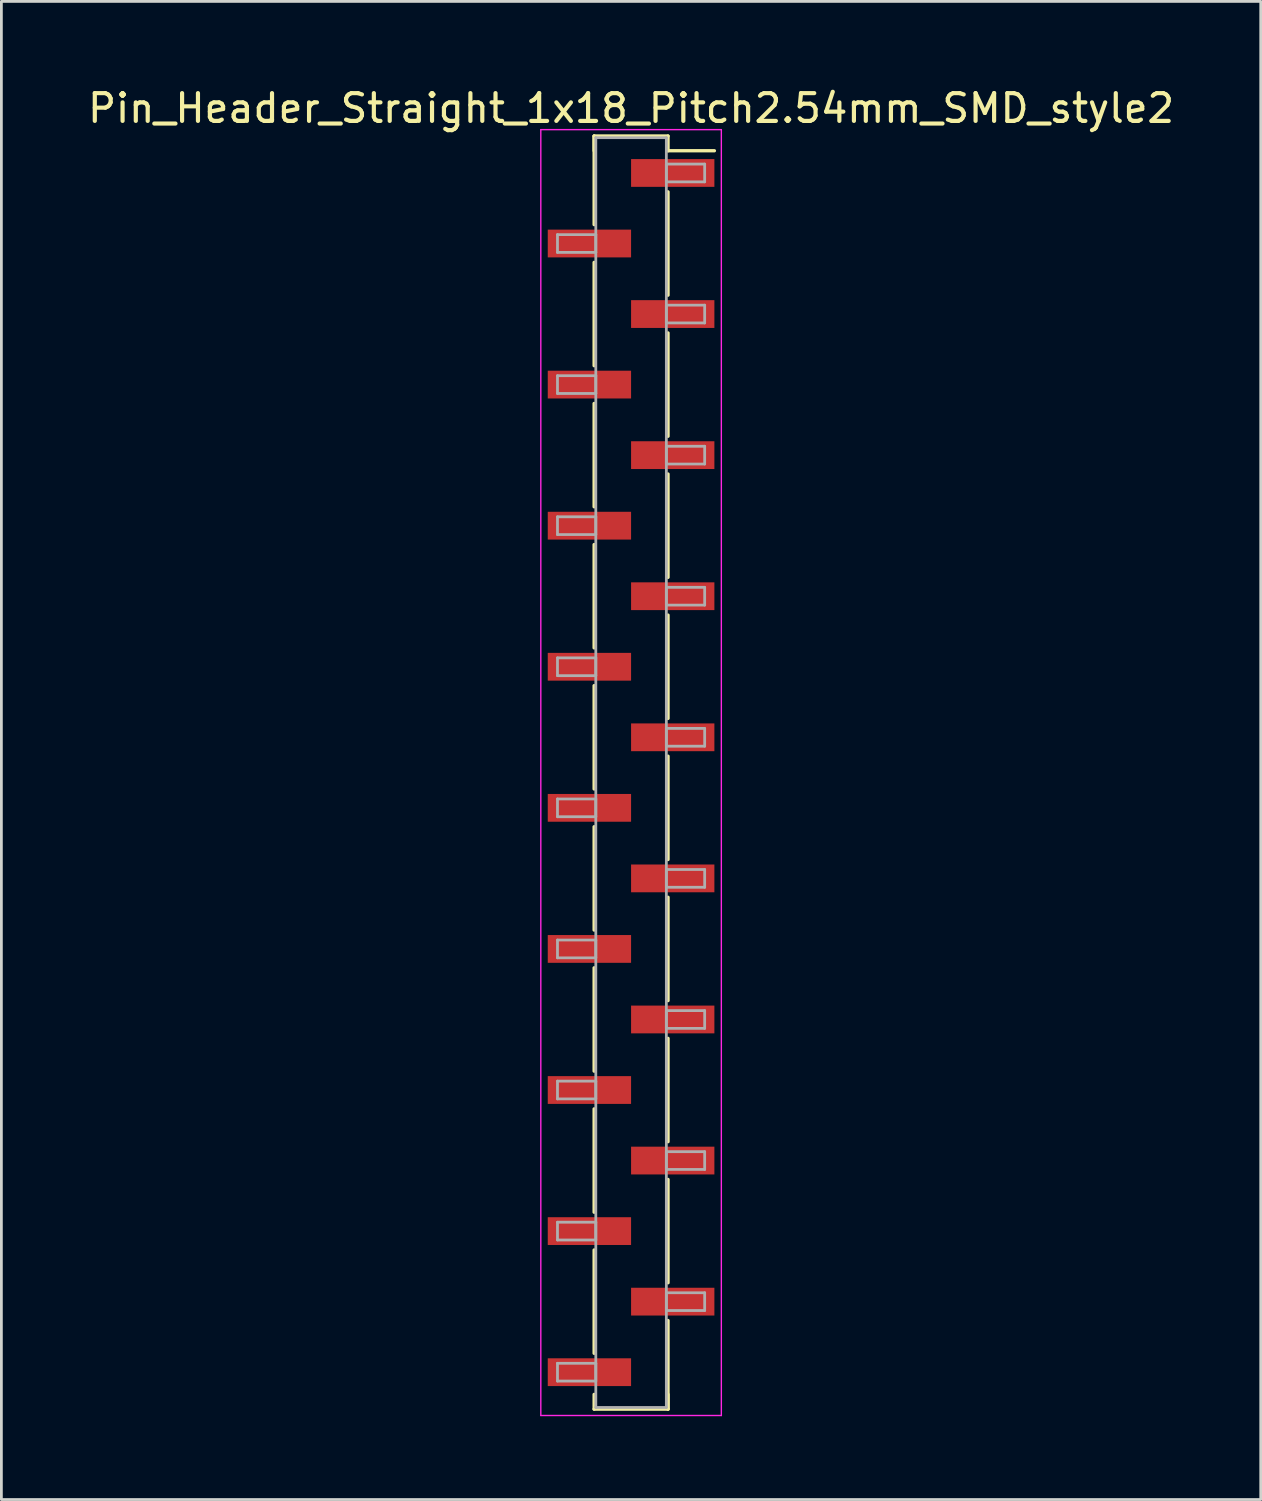
<source format=kicad_pcb>
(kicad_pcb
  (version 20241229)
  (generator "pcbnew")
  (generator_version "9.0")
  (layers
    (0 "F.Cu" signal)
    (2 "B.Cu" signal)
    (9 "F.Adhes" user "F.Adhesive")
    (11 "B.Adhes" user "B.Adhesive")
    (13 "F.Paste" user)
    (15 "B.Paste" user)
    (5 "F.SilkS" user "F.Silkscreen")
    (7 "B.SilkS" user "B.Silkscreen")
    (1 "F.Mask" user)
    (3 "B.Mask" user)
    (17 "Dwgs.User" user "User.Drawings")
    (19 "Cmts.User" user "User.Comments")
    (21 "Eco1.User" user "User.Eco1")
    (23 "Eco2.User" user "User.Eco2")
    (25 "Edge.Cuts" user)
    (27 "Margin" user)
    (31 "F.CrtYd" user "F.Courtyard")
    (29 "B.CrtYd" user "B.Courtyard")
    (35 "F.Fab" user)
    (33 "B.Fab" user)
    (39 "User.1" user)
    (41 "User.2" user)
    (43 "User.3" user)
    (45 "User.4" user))
  (footprint "Pin_Header_Straight_1x18_Pitch2.54mm_SMD_style2"
    (layer "F.Cu")
    (at 19.673 24.768)
    (property "Reference" "Pin_Header_Straight_1x18_Pitch2.54mm_SMD_style2" (at 0 -23.92 0) (layer "F.SilkS") (effects (font (size 1 1) (thickness 0.15))))
    (attr smd)
    (fp_line (start -1.33 -22.92) (end -1.33 -19.73) (stroke (width 0.12) (type solid)) (layer "F.SilkS"))
    (fp_line (start -1.33 -22.92) (end 1.33 -22.92) (stroke (width 0.12) (type solid)) (layer "F.SilkS"))
    (fp_line (start -1.33 -22.39) (end -1.33 -22.92) (stroke (width 0.12) (type solid)) (layer "F.SilkS"))
    (fp_line (start -1.33 -18.37) (end -1.33 -14.65) (stroke (width 0.12) (type solid)) (layer "F.SilkS"))
    (fp_line (start -1.33 -13.29) (end -1.33 -9.57) (stroke (width 0.12) (type solid)) (layer "F.SilkS"))
    (fp_line (start -1.33 -8.21) (end -1.33 -4.49) (stroke (width 0.12) (type solid)) (layer "F.SilkS"))
    (fp_line (start -1.33 -3.13) (end -1.33 0.59) (stroke (width 0.12) (type solid)) (layer "F.SilkS"))
    (fp_line (start -1.33 1.95) (end -1.33 5.67) (stroke (width 0.12) (type solid)) (layer "F.SilkS"))
    (fp_line (start -1.33 7.03) (end -1.33 10.75) (stroke (width 0.12) (type solid)) (layer "F.SilkS"))
    (fp_line (start -1.33 12.11) (end -1.33 15.83) (stroke (width 0.12) (type solid)) (layer "F.SilkS"))
    (fp_line (start -1.33 17.19) (end -1.33 20.91) (stroke (width 0.12) (type solid)) (layer "F.SilkS"))
    (fp_line (start -1.33 22.39) (end -1.33 22.92) (stroke (width 0.12) (type solid)) (layer "F.SilkS"))
    (fp_line (start -1.33 22.92) (end 1.33 22.92) (stroke (width 0.12) (type solid)) (layer "F.SilkS"))
    (fp_line (start 1.33 -22.92) (end 1.33 -22.39) (stroke (width 0.12) (type solid)) (layer "F.SilkS"))
    (fp_line (start 1.33 -22.39) (end 3 -22.39) (stroke (width 0.12) (type solid)) (layer "F.SilkS"))
    (fp_line (start 1.33 -20.91) (end 1.33 -17.19) (stroke (width 0.12) (type solid)) (layer "F.SilkS"))
    (fp_line (start 1.33 -15.83) (end 1.33 -12.11) (stroke (width 0.12) (type solid)) (layer "F.SilkS"))
    (fp_line (start 1.33 -10.75) (end 1.33 -7.03) (stroke (width 0.12) (type solid)) (layer "F.SilkS"))
    (fp_line (start 1.33 -5.67) (end 1.33 -1.95) (stroke (width 0.12) (type solid)) (layer "F.SilkS"))
    (fp_line (start 1.33 -0.59) (end 1.33 3.13) (stroke (width 0.12) (type solid)) (layer "F.SilkS"))
    (fp_line (start 1.33 4.49) (end 1.33 8.21) (stroke (width 0.12) (type solid)) (layer "F.SilkS"))
    (fp_line (start 1.33 9.57) (end 1.33 13.29) (stroke (width 0.12) (type solid)) (layer "F.SilkS"))
    (fp_line (start 1.33 14.65) (end 1.33 18.37) (stroke (width 0.12) (type solid)) (layer "F.SilkS"))
    (fp_line (start 1.33 19.73) (end 1.33 22.92) (stroke (width 0.12) (type solid)) (layer "F.SilkS"))
    (fp_line (start 1.33 22.92) (end 1.33 22.39) (stroke (width 0.12) (type solid)) (layer "F.SilkS"))
    (fp_line (start -3.25 -23.15) (end -3.25 23.15) (stroke (width 0.05) (type solid)) (layer "F.CrtYd"))
    (fp_line (start -3.25 23.15) (end 3.25 23.15) (stroke (width 0.05) (type solid)) (layer "F.CrtYd"))
    (fp_line (start 3.25 -23.15) (end -3.25 -23.15) (stroke (width 0.05) (type solid)) (layer "F.CrtYd"))
    (fp_line (start 3.25 23.15) (end 3.25 -23.15) (stroke (width 0.05) (type solid)) (layer "F.CrtYd"))
    (fp_line (start -2.65 -19.37) (end -1.27 -19.37) (stroke (width 0.1) (type solid)) (layer "F.Fab"))
    (fp_line (start -2.65 -18.73) (end -2.65 -19.37) (stroke (width 0.1) (type solid)) (layer "F.Fab"))
    (fp_line (start -2.65 -14.29) (end -1.27 -14.29) (stroke (width 0.1) (type solid)) (layer "F.Fab"))
    (fp_line (start -2.65 -13.65) (end -2.65 -14.29) (stroke (width 0.1) (type solid)) (layer "F.Fab"))
    (fp_line (start -2.65 -9.21) (end -1.27 -9.21) (stroke (width 0.1) (type solid)) (layer "F.Fab"))
    (fp_line (start -2.65 -8.57) (end -2.65 -9.21) (stroke (width 0.1) (type solid)) (layer "F.Fab"))
    (fp_line (start -2.65 -4.13) (end -1.27 -4.13) (stroke (width 0.1) (type solid)) (layer "F.Fab"))
    (fp_line (start -2.65 -3.49) (end -2.65 -4.13) (stroke (width 0.1) (type solid)) (layer "F.Fab"))
    (fp_line (start -2.65 0.95) (end -1.27 0.95) (stroke (width 0.1) (type solid)) (layer "F.Fab"))
    (fp_line (start -2.65 1.59) (end -2.65 0.95) (stroke (width 0.1) (type solid)) (layer "F.Fab"))
    (fp_line (start -2.65 6.03) (end -1.27 6.03) (stroke (width 0.1) (type solid)) (layer "F.Fab"))
    (fp_line (start -2.65 6.67) (end -2.65 6.03) (stroke (width 0.1) (type solid)) (layer "F.Fab"))
    (fp_line (start -2.65 11.11) (end -1.27 11.11) (stroke (width 0.1) (type solid)) (layer "F.Fab"))
    (fp_line (start -2.65 11.75) (end -2.65 11.11) (stroke (width 0.1) (type solid)) (layer "F.Fab"))
    (fp_line (start -2.65 16.19) (end -1.27 16.19) (stroke (width 0.1) (type solid)) (layer "F.Fab"))
    (fp_line (start -2.65 16.83) (end -2.65 16.19) (stroke (width 0.1) (type solid)) (layer "F.Fab"))
    (fp_line (start -2.65 21.27) (end -1.27 21.27) (stroke (width 0.1) (type solid)) (layer "F.Fab"))
    (fp_line (start -2.65 21.91) (end -2.65 21.27) (stroke (width 0.1) (type solid)) (layer "F.Fab"))
    (fp_line (start -1.27 -22.86) (end -1.27 22.86) (stroke (width 0.1) (type solid)) (layer "F.Fab"))
    (fp_line (start -1.27 -19.37) (end -1.27 -18.73) (stroke (width 0.1) (type solid)) (layer "F.Fab"))
    (fp_line (start -1.27 -18.73) (end -2.65 -18.73) (stroke (width 0.1) (type solid)) (layer "F.Fab"))
    (fp_line (start -1.27 -14.29) (end -1.27 -13.65) (stroke (width 0.1) (type solid)) (layer "F.Fab"))
    (fp_line (start -1.27 -13.65) (end -2.65 -13.65) (stroke (width 0.1) (type solid)) (layer "F.Fab"))
    (fp_line (start -1.27 -9.21) (end -1.27 -8.57) (stroke (width 0.1) (type solid)) (layer "F.Fab"))
    (fp_line (start -1.27 -8.57) (end -2.65 -8.57) (stroke (width 0.1) (type solid)) (layer "F.Fab"))
    (fp_line (start -1.27 -4.13) (end -1.27 -3.49) (stroke (width 0.1) (type solid)) (layer "F.Fab"))
    (fp_line (start -1.27 -3.49) (end -2.65 -3.49) (stroke (width 0.1) (type solid)) (layer "F.Fab"))
    (fp_line (start -1.27 0.95) (end -1.27 1.59) (stroke (width 0.1) (type solid)) (layer "F.Fab"))
    (fp_line (start -1.27 1.59) (end -2.65 1.59) (stroke (width 0.1) (type solid)) (layer "F.Fab"))
    (fp_line (start -1.27 6.03) (end -1.27 6.67) (stroke (width 0.1) (type solid)) (layer "F.Fab"))
    (fp_line (start -1.27 6.67) (end -2.65 6.67) (stroke (width 0.1) (type solid)) (layer "F.Fab"))
    (fp_line (start -1.27 11.11) (end -1.27 11.75) (stroke (width 0.1) (type solid)) (layer "F.Fab"))
    (fp_line (start -1.27 11.75) (end -2.65 11.75) (stroke (width 0.1) (type solid)) (layer "F.Fab"))
    (fp_line (start -1.27 16.19) (end -1.27 16.83) (stroke (width 0.1) (type solid)) (layer "F.Fab"))
    (fp_line (start -1.27 16.83) (end -2.65 16.83) (stroke (width 0.1) (type solid)) (layer "F.Fab"))
    (fp_line (start -1.27 21.27) (end -1.27 21.91) (stroke (width 0.1) (type solid)) (layer "F.Fab"))
    (fp_line (start -1.27 21.91) (end -2.65 21.91) (stroke (width 0.1) (type solid)) (layer "F.Fab"))
    (fp_line (start -1.27 22.86) (end 1.27 22.86) (stroke (width 0.1) (type solid)) (layer "F.Fab"))
    (fp_line (start 1.27 -22.86) (end -1.27 -22.86) (stroke (width 0.1) (type solid)) (layer "F.Fab"))
    (fp_line (start 1.27 -21.91) (end 1.27 -21.27) (stroke (width 0.1) (type solid)) (layer "F.Fab"))
    (fp_line (start 1.27 -21.27) (end 2.65 -21.27) (stroke (width 0.1) (type solid)) (layer "F.Fab"))
    (fp_line (start 1.27 -16.83) (end 1.27 -16.19) (stroke (width 0.1) (type solid)) (layer "F.Fab"))
    (fp_line (start 1.27 -16.19) (end 2.65 -16.19) (stroke (width 0.1) (type solid)) (layer "F.Fab"))
    (fp_line (start 1.27 -11.75) (end 1.27 -11.11) (stroke (width 0.1) (type solid)) (layer "F.Fab"))
    (fp_line (start 1.27 -11.11) (end 2.65 -11.11) (stroke (width 0.1) (type solid)) (layer "F.Fab"))
    (fp_line (start 1.27 -6.67) (end 1.27 -6.03) (stroke (width 0.1) (type solid)) (layer "F.Fab"))
    (fp_line (start 1.27 -6.03) (end 2.65 -6.03) (stroke (width 0.1) (type solid)) (layer "F.Fab"))
    (fp_line (start 1.27 -1.59) (end 1.27 -0.95) (stroke (width 0.1) (type solid)) (layer "F.Fab"))
    (fp_line (start 1.27 -0.95) (end 2.65 -0.95) (stroke (width 0.1) (type solid)) (layer "F.Fab"))
    (fp_line (start 1.27 3.49) (end 1.27 4.13) (stroke (width 0.1) (type solid)) (layer "F.Fab"))
    (fp_line (start 1.27 4.13) (end 2.65 4.13) (stroke (width 0.1) (type solid)) (layer "F.Fab"))
    (fp_line (start 1.27 8.57) (end 1.27 9.21) (stroke (width 0.1) (type solid)) (layer "F.Fab"))
    (fp_line (start 1.27 9.21) (end 2.65 9.21) (stroke (width 0.1) (type solid)) (layer "F.Fab"))
    (fp_line (start 1.27 13.65) (end 1.27 14.29) (stroke (width 0.1) (type solid)) (layer "F.Fab"))
    (fp_line (start 1.27 14.29) (end 2.65 14.29) (stroke (width 0.1) (type solid)) (layer "F.Fab"))
    (fp_line (start 1.27 18.73) (end 1.27 19.37) (stroke (width 0.1) (type solid)) (layer "F.Fab"))
    (fp_line (start 1.27 19.37) (end 2.65 19.37) (stroke (width 0.1) (type solid)) (layer "F.Fab"))
    (fp_line (start 1.27 22.86) (end 1.27 -22.86) (stroke (width 0.1) (type solid)) (layer "F.Fab"))
    (fp_line (start 2.65 -21.91) (end 1.27 -21.91) (stroke (width 0.1) (type solid)) (layer "F.Fab"))
    (fp_line (start 2.65 -21.27) (end 2.65 -21.91) (stroke (width 0.1) (type solid)) (layer "F.Fab"))
    (fp_line (start 2.65 -16.83) (end 1.27 -16.83) (stroke (width 0.1) (type solid)) (layer "F.Fab"))
    (fp_line (start 2.65 -16.19) (end 2.65 -16.83) (stroke (width 0.1) (type solid)) (layer "F.Fab"))
    (fp_line (start 2.65 -11.75) (end 1.27 -11.75) (stroke (width 0.1) (type solid)) (layer "F.Fab"))
    (fp_line (start 2.65 -11.11) (end 2.65 -11.75) (stroke (width 0.1) (type solid)) (layer "F.Fab"))
    (fp_line (start 2.65 -6.67) (end 1.27 -6.67) (stroke (width 0.1) (type solid)) (layer "F.Fab"))
    (fp_line (start 2.65 -6.03) (end 2.65 -6.67) (stroke (width 0.1) (type solid)) (layer "F.Fab"))
    (fp_line (start 2.65 -1.59) (end 1.27 -1.59) (stroke (width 0.1) (type solid)) (layer "F.Fab"))
    (fp_line (start 2.65 -0.95) (end 2.65 -1.59) (stroke (width 0.1) (type solid)) (layer "F.Fab"))
    (fp_line (start 2.65 3.49) (end 1.27 3.49) (stroke (width 0.1) (type solid)) (layer "F.Fab"))
    (fp_line (start 2.65 4.13) (end 2.65 3.49) (stroke (width 0.1) (type solid)) (layer "F.Fab"))
    (fp_line (start 2.65 8.57) (end 1.27 8.57) (stroke (width 0.1) (type solid)) (layer "F.Fab"))
    (fp_line (start 2.65 9.21) (end 2.65 8.57) (stroke (width 0.1) (type solid)) (layer "F.Fab"))
    (fp_line (start 2.65 13.65) (end 1.27 13.65) (stroke (width 0.1) (type solid)) (layer "F.Fab"))
    (fp_line (start 2.65 14.29) (end 2.65 13.65) (stroke (width 0.1) (type solid)) (layer "F.Fab"))
    (fp_line (start 2.65 18.73) (end 1.27 18.73) (stroke (width 0.1) (type solid)) (layer "F.Fab"))
    (fp_line (start 2.65 19.37) (end 2.65 18.73) (stroke (width 0.1) (type solid)) (layer "F.Fab"))
    (pad "1" smd rect (at 1.5 -21.59) (size 3 1) (layers "F.Cu" "F.Mask"))
    (pad "2" smd rect (at -1.5 -19.05) (size 3 1) (layers "F.Cu" "F.Mask"))
    (pad "3" smd rect (at 1.5 -16.51) (size 3 1) (layers "F.Cu" "F.Mask"))
    (pad "4" smd rect (at -1.5 -13.97) (size 3 1) (layers "F.Cu" "F.Mask"))
    (pad "5" smd rect (at 1.5 -11.43) (size 3 1) (layers "F.Cu" "F.Mask"))
    (pad "6" smd rect (at -1.5 -8.89) (size 3 1) (layers "F.Cu" "F.Mask"))
    (pad "7" smd rect (at 1.5 -6.35) (size 3 1) (layers "F.Cu" "F.Mask"))
    (pad "8" smd rect (at -1.5 -3.81) (size 3 1) (layers "F.Cu" "F.Mask"))
    (pad "9" smd rect (at 1.5 -1.27) (size 3 1) (layers "F.Cu" "F.Mask"))
    (pad "10" smd rect (at -1.5 1.27) (size 3 1) (layers "F.Cu" "F.Mask"))
    (pad "11" smd rect (at 1.5 3.81) (size 3 1) (layers "F.Cu" "F.Mask"))
    (pad "12" smd rect (at -1.5 6.35) (size 3 1) (layers "F.Cu" "F.Mask"))
    (pad "13" smd rect (at 1.5 8.89) (size 3 1) (layers "F.Cu" "F.Mask"))
    (pad "14" smd rect (at -1.5 11.43) (size 3 1) (layers "F.Cu" "F.Mask"))
    (pad "15" smd rect (at 1.5 13.97) (size 3 1) (layers "F.Cu" "F.Mask"))
    (pad "16" smd rect (at -1.5 16.51) (size 3 1) (layers "F.Cu" "F.Mask"))
    (pad "17" smd rect (at 1.5 19.05) (size 3 1) (layers "F.Cu" "F.Mask"))
    (pad "18" smd rect (at -1.5 21.59) (size 3 1) (layers "F.Cu" "F.Mask")))
  (gr_rect
    (start -3 -3)
    (end 42.345 50.943)
    (stroke (width 0.1) (type default))
    (fill no)
    (layer "Edge.Cuts")))
</source>
